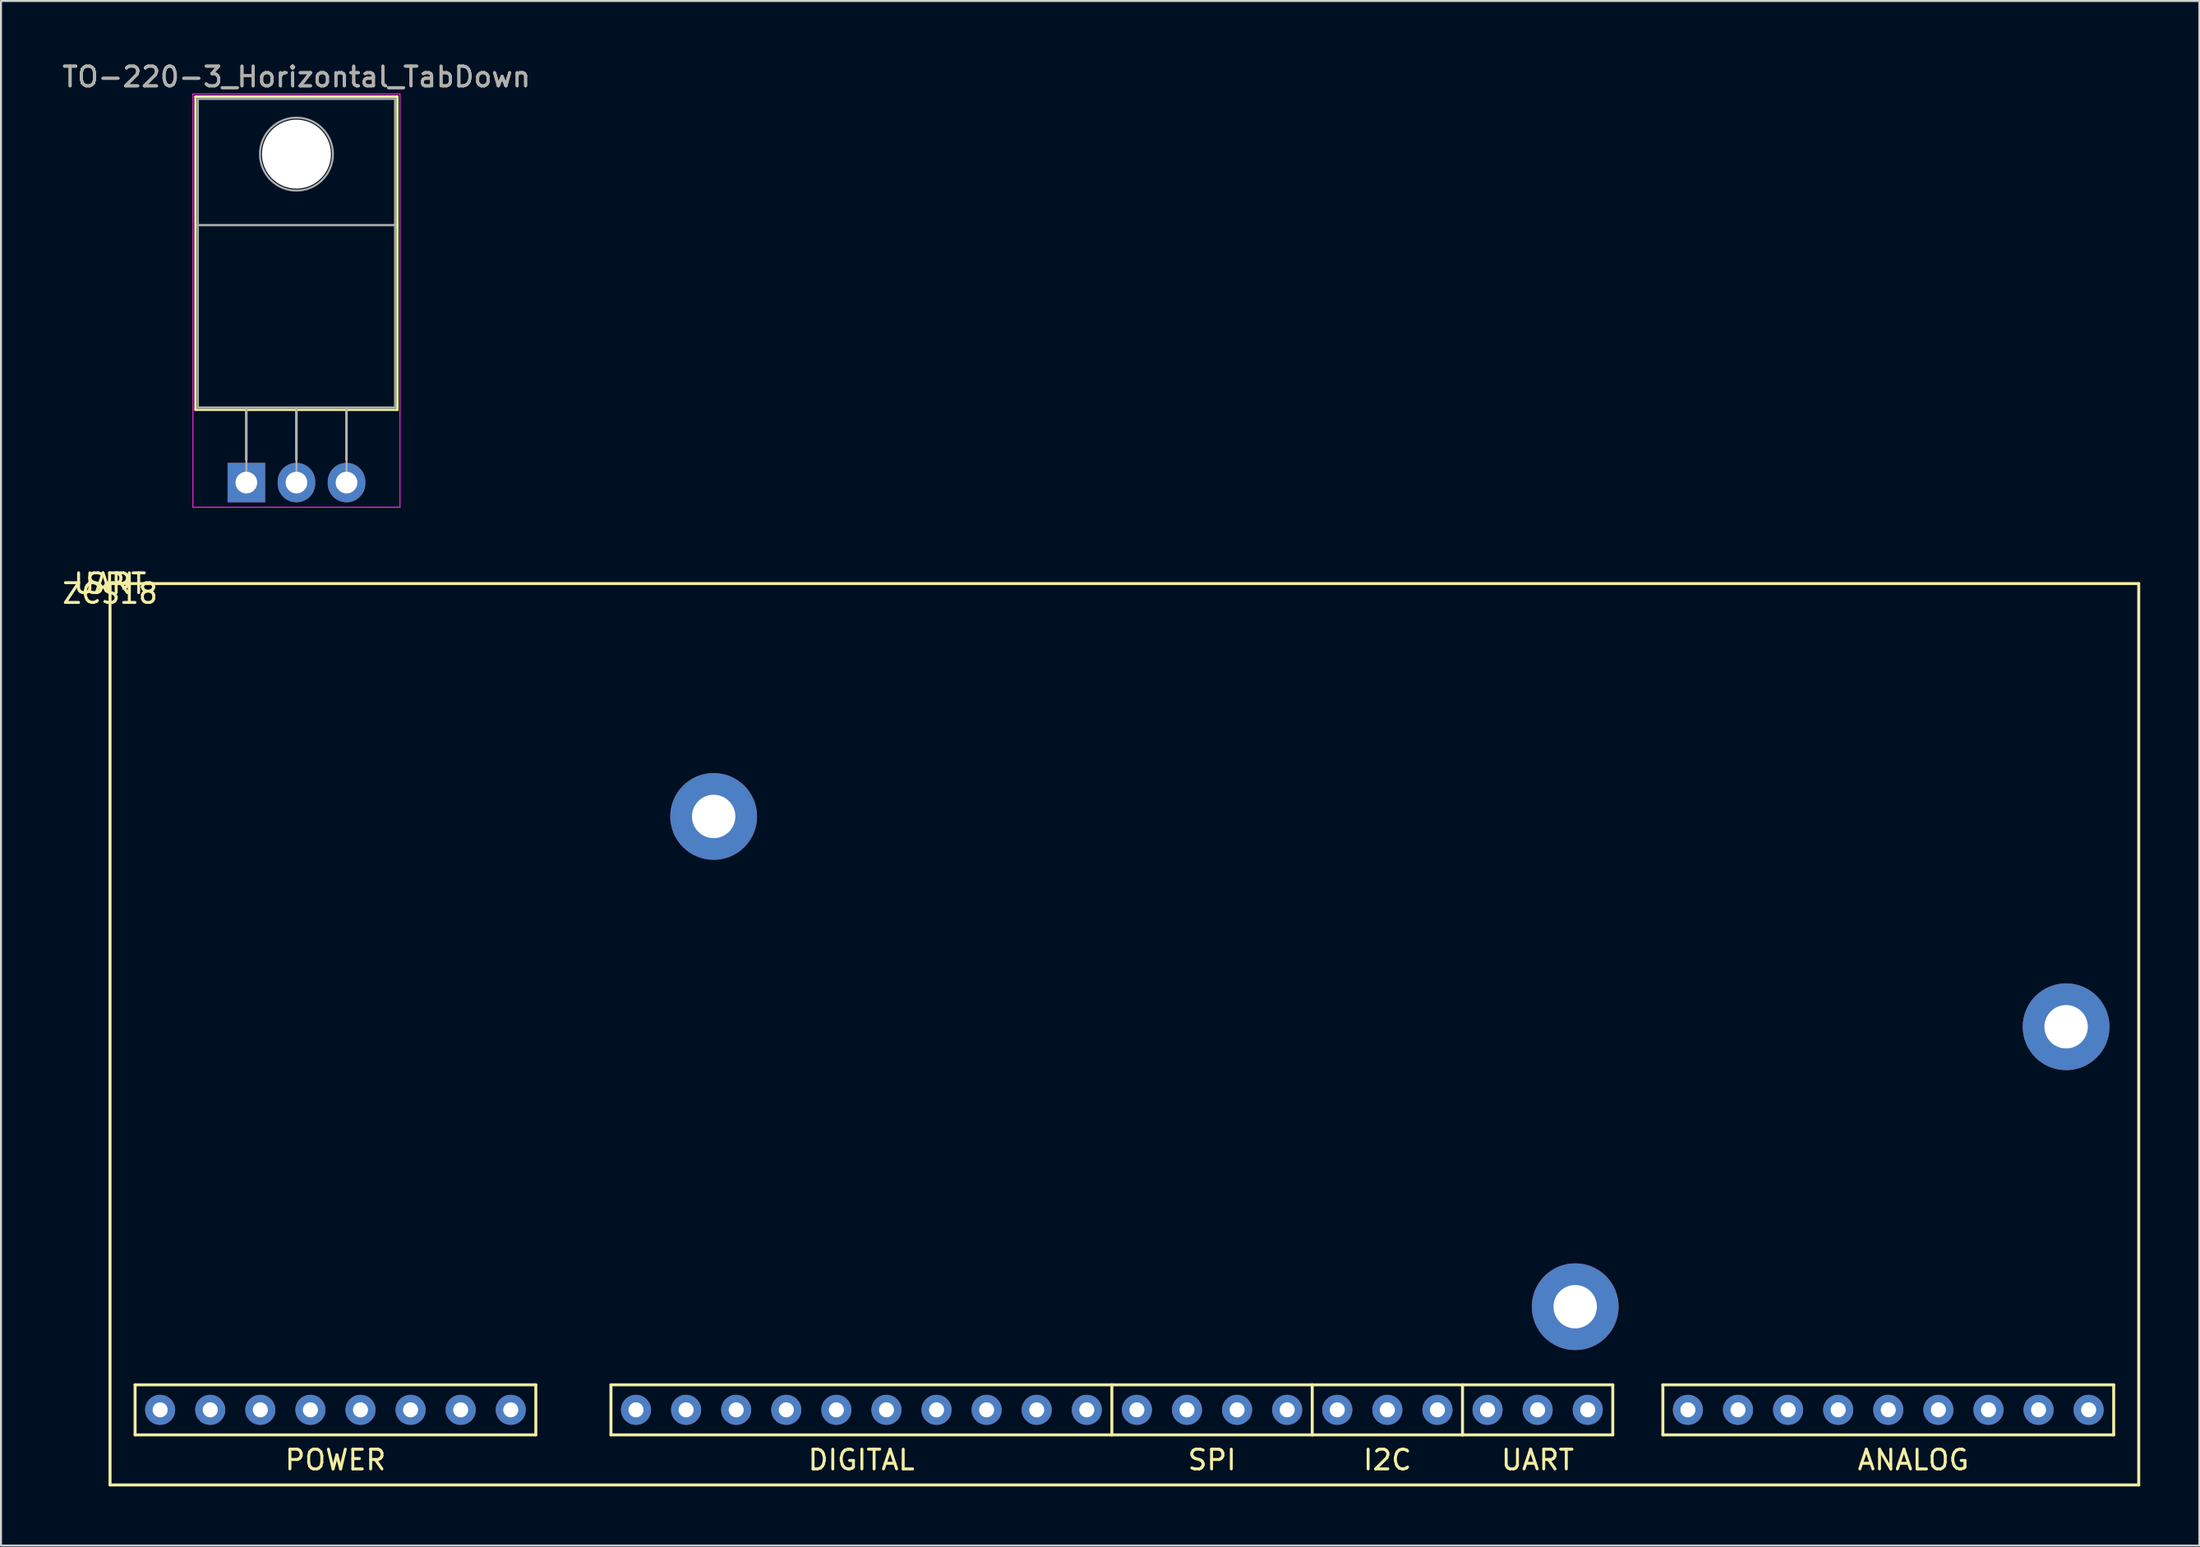
<source format=kicad_pcb>
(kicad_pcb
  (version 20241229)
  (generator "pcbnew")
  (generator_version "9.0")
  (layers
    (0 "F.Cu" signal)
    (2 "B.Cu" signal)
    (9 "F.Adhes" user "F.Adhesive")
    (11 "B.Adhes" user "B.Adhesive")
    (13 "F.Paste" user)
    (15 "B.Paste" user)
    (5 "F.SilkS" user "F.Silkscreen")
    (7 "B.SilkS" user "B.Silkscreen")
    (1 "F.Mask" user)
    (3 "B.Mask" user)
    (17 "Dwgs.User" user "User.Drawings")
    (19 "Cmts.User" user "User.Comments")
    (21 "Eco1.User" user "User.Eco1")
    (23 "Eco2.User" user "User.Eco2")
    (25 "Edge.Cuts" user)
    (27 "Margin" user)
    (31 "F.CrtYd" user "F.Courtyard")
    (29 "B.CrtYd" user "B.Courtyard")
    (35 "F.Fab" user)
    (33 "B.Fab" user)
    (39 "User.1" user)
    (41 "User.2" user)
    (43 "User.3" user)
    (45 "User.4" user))
  (footprint "TO-220-3_Horizontal_TabDown"
    (layer "F.Cu")
    (at 9.442 21.428)
    (property "Reference" "TO-220-3_Horizontal_TabDown" (at 2.54 -20.58 0) (layer "F.SilkS") (effects (font (size 1 1) (thickness 0.15))))
    (attr through_hole)
    (fp_line (start -2.58 -19.58) (end -2.58 -3.69) (stroke (width 0.12) (type solid)) (layer "F.SilkS"))
    (fp_line (start -2.58 -19.58) (end 7.66 -19.58) (stroke (width 0.12) (type solid)) (layer "F.SilkS"))
    (fp_line (start -2.58 -3.69) (end 7.66 -3.69) (stroke (width 0.12) (type solid)) (layer "F.SilkS"))
    (fp_line (start 0 -3.69) (end 0 -1.15) (stroke (width 0.12) (type solid)) (layer "F.SilkS"))
    (fp_line (start 2.54 -3.69) (end 2.54 -1.15) (stroke (width 0.12) (type solid)) (layer "F.SilkS"))
    (fp_line (start 5.08 -3.69) (end 5.08 -1.15) (stroke (width 0.12) (type solid)) (layer "F.SilkS"))
    (fp_line (start 7.66 -19.58) (end 7.66 -3.69) (stroke (width 0.12) (type solid)) (layer "F.SilkS"))
    (fp_line (start -2.71 -19.71) (end -2.71 1.25) (stroke (width 0.05) (type solid)) (layer "F.CrtYd"))
    (fp_line (start -2.71 1.25) (end 7.79 1.25) (stroke (width 0.05) (type solid)) (layer "F.CrtYd"))
    (fp_line (start 7.79 -19.71) (end -2.71 -19.71) (stroke (width 0.05) (type solid)) (layer "F.CrtYd"))
    (fp_line (start 7.79 1.25) (end 7.79 -19.71) (stroke (width 0.05) (type solid)) (layer "F.CrtYd"))
    (fp_line (start -2.46 -19.46) (end 7.54 -19.46) (stroke (width 0.1) (type solid)) (layer "F.Fab"))
    (fp_line (start -2.46 -13.06) (end -2.46 -19.46) (stroke (width 0.1) (type solid)) (layer "F.Fab"))
    (fp_line (start -2.46 -13.06) (end 7.54 -13.06) (stroke (width 0.1) (type solid)) (layer "F.Fab"))
    (fp_line (start -2.46 -3.81) (end -2.46 -13.06) (stroke (width 0.1) (type solid)) (layer "F.Fab"))
    (fp_line (start 0 -3.81) (end 0 0) (stroke (width 0.1) (type solid)) (layer "F.Fab"))
    (fp_line (start 2.54 -3.81) (end 2.54 0) (stroke (width 0.1) (type solid)) (layer "F.Fab"))
    (fp_line (start 5.08 -3.81) (end 5.08 0) (stroke (width 0.1) (type solid)) (layer "F.Fab"))
    (fp_line (start 7.54 -19.46) (end 7.54 -13.06) (stroke (width 0.1) (type solid)) (layer "F.Fab"))
    (fp_line (start 7.54 -13.06) (end -2.46 -13.06) (stroke (width 0.1) (type solid)) (layer "F.Fab"))
    (fp_line (start 7.54 -13.06) (end 7.54 -3.81) (stroke (width 0.1) (type solid)) (layer "F.Fab"))
    (fp_line (start 7.54 -3.81) (end -2.46 -3.81) (stroke (width 0.1) (type solid)) (layer "F.Fab"))
    (fp_circle (center 2.54 -16.66) (end 4.39 -16.66) (stroke (width 0.1) (type solid)) (fill no) (layer "F.Fab"))
    (fp_text user "${REFERENCE}" (at 2.54 -20.58 0) (layer "F.Fab") (effects (font (size 1 1) (thickness 0.15))))
    (pad "" np_thru_hole oval (at 2.54 -16.66) (size 3.5 3.5) (drill 3.5) (layers "*.Cu" "*.Mask"))
    (pad "1" thru_hole rect (at 0 0) (size 1.905 2) (drill 1.1) (layers "*.Cu" "*.Mask"))
    (pad "2" thru_hole oval (at 2.54 0) (size 1.905 2) (drill 1.1) (layers "*.Cu" "*.Mask"))
    (pad "3" thru_hole oval (at 5.08 0) (size 1.905 2) (drill 1.1) (layers "*.Cu" "*.Mask")))
  (footprint "ZCS18"
    (layer "F.Cu")
    (at 2.53 26.552)
    (property "Reference" "ZCS18" (at 0 0.5 0) (layer "F.SilkS") (effects (font (size 1 1) (thickness 0.15))))
    (attr through_hole)
    (fp_line (start 0 0) (end 0 45.72) (stroke (width 0.15) (type solid)) (layer "F.SilkS"))
    (fp_line (start 0 0) (end 102.87 0) (stroke (width 0.15) (type solid)) (layer "F.SilkS"))
    (fp_line (start 0 45.72) (end 102.87 45.72) (stroke (width 0.15) (type solid)) (layer "F.SilkS"))
    (fp_line (start 1.27 40.64) (end 1.27 43.18) (stroke (width 0.15) (type solid)) (layer "F.SilkS"))
    (fp_line (start 1.27 43.18) (end 21.59 43.18) (stroke (width 0.15) (type solid)) (layer "F.SilkS"))
    (fp_line (start 21.59 40.64) (end 1.27 40.64) (stroke (width 0.15) (type solid)) (layer "F.SilkS"))
    (fp_line (start 21.59 43.18) (end 21.59 40.64) (stroke (width 0.15) (type solid)) (layer "F.SilkS"))
    (fp_line (start 25.4 40.64) (end 25.4 43.18) (stroke (width 0.15) (type solid)) (layer "F.SilkS"))
    (fp_line (start 25.4 43.18) (end 50.8 43.18) (stroke (width 0.15) (type solid)) (layer "F.SilkS"))
    (fp_line (start 50.8 40.64) (end 25.4 40.64) (stroke (width 0.15) (type solid)) (layer "F.SilkS"))
    (fp_line (start 50.8 43.18) (end 50.8 40.64) (stroke (width 0.15) (type solid)) (layer "F.SilkS"))
    (fp_line (start 50.8 43.18) (end 60.96 43.18) (stroke (width 0.15) (type solid)) (layer "F.SilkS"))
    (fp_line (start 60.96 40.64) (end 50.8 40.64) (stroke (width 0.15) (type solid)) (layer "F.SilkS"))
    (fp_line (start 60.96 43.18) (end 60.96 40.64) (stroke (width 0.15) (type solid)) (layer "F.SilkS"))
    (fp_line (start 60.96 43.18) (end 68.58 43.18) (stroke (width 0.15) (type solid)) (layer "F.SilkS"))
    (fp_line (start 68.58 40.64) (end 60.96 40.64) (stroke (width 0.15) (type solid)) (layer "F.SilkS"))
    (fp_line (start 68.58 43.18) (end 68.58 40.64) (stroke (width 0.15) (type solid)) (layer "F.SilkS"))
    (fp_line (start 68.58 43.18) (end 76.2 43.18) (stroke (width 0.15) (type solid)) (layer "F.SilkS"))
    (fp_line (start 76.2 40.64) (end 68.58 40.64) (stroke (width 0.15) (type solid)) (layer "F.SilkS"))
    (fp_line (start 76.2 43.18) (end 76.2 40.64) (stroke (width 0.15) (type solid)) (layer "F.SilkS"))
    (fp_line (start 78.74 40.64) (end 78.74 43.18) (stroke (width 0.15) (type solid)) (layer "F.SilkS"))
    (fp_line (start 78.74 43.18) (end 101.6 43.18) (stroke (width 0.15) (type solid)) (layer "F.SilkS"))
    (fp_line (start 101.6 40.64) (end 78.74 40.64) (stroke (width 0.15) (type solid)) (layer "F.SilkS"))
    (fp_line (start 101.6 43.18) (end 101.6 40.64) (stroke (width 0.15) (type solid)) (layer "F.SilkS"))
    (fp_line (start 102.87 0) (end 102.87 45.72) (stroke (width 0.15) (type solid)) (layer "F.SilkS"))
    (fp_text user "I2C" (at 64.77 44.45 0) (layer "F.SilkS") (effects (font (size 1 1) (thickness 0.15))))
    (fp_text user "UART" (at 72.39 44.45 0) (layer "F.SilkS") (effects (font (size 1 1) (thickness 0.15))))
    (fp_text user "ANALOG" (at 91.44 44.45 0) (layer "F.SilkS") (effects (font (size 1 1) (thickness 0.15))))
    (fp_text user "DIGITAL" (at 38.1 44.45 0) (layer "F.SilkS") (effects (font (size 1 1) (thickness 0.15))))
    (fp_text user "UART" (at 0 0 0) (layer "F.SilkS") (effects (font (size 1 1) (thickness 0.15))))
    (fp_text user "POWER" (at 11.43 44.45 0) (layer "F.SilkS") (effects (font (size 1 1) (thickness 0.15))))
    (fp_text user "SPI" (at 0 0 0) (layer "F.SilkS") (effects (font (size 1 1) (thickness 0.15))))
    (fp_text user "SPI" (at 55.88 44.45 0) (layer "F.SilkS") (effects (font (size 1 1) (thickness 0.15))))
    (pad "1" thru_hole circle (at 2.54 41.91) (size 1.524 1.524) (drill 0.762) (layers "*.Cu" "*.Mask"))
    (pad "2" thru_hole circle (at 5.08 41.91) (size 1.524 1.524) (drill 0.762) (layers "*.Cu" "*.Mask"))
    (pad "3" thru_hole circle (at 7.62 41.91) (size 1.524 1.524) (drill 0.762) (layers "*.Cu" "*.Mask"))
    (pad "4" thru_hole circle (at 10.16 41.91) (size 1.524 1.524) (drill 0.762) (layers "*.Cu" "*.Mask"))
    (pad "5" thru_hole circle (at 12.7 41.91) (size 1.524 1.524) (drill 0.762) (layers "*.Cu" "*.Mask"))
    (pad "6" thru_hole circle (at 15.24 41.91) (size 1.524 1.524) (drill 0.762) (layers "*.Cu" "*.Mask"))
    (pad "7" thru_hole circle (at 17.78 41.91) (size 1.524 1.524) (drill 0.762) (layers "*.Cu" "*.Mask"))
    (pad "8" thru_hole circle (at 20.32 41.91) (size 1.524 1.524) (drill 0.762) (layers "*.Cu" "*.Mask"))
    (pad "9" thru_hole circle (at 26.67 41.91) (size 1.524 1.524) (drill 0.762) (layers "*.Cu" "*.Mask"))
    (pad "10" thru_hole circle (at 29.21 41.91) (size 1.524 1.524) (drill 0.762) (layers "*.Cu" "*.Mask"))
    (pad "11" thru_hole circle (at 31.75 41.91) (size 1.524 1.524) (drill 0.762) (layers "*.Cu" "*.Mask"))
    (pad "12" thru_hole circle (at 34.29 41.91) (size 1.524 1.524) (drill 0.762) (layers "*.Cu" "*.Mask"))
    (pad "13" thru_hole circle (at 36.83 41.91) (size 1.524 1.524) (drill 0.762) (layers "*.Cu" "*.Mask"))
    (pad "14" thru_hole circle (at 39.37 41.91) (size 1.524 1.524) (drill 0.762) (layers "*.Cu" "*.Mask"))
    (pad "15" thru_hole circle (at 41.91 41.91) (size 1.524 1.524) (drill 0.762) (layers "*.Cu" "*.Mask"))
    (pad "16" thru_hole circle (at 44.45 41.91) (size 1.524 1.524) (drill 0.762) (layers "*.Cu" "*.Mask"))
    (pad "17" thru_hole circle (at 46.99 41.91) (size 1.524 1.524) (drill 0.762) (layers "*.Cu" "*.Mask"))
    (pad "18" thru_hole circle (at 49.53 41.91) (size 1.524 1.524) (drill 0.762) (layers "*.Cu" "*.Mask"))
    (pad "19" thru_hole circle (at 52.07 41.91) (size 1.524 1.524) (drill 0.762) (layers "*.Cu" "*.Mask"))
    (pad "20" thru_hole circle (at 54.61 41.91) (size 1.524 1.524) (drill 0.762) (layers "*.Cu" "*.Mask"))
    (pad "21" thru_hole circle (at 57.15 41.91) (size 1.524 1.524) (drill 0.762) (layers "*.Cu" "*.Mask"))
    (pad "22" thru_hole circle (at 59.69 41.91) (size 1.524 1.524) (drill 0.762) (layers "*.Cu" "*.Mask"))
    (pad "23" thru_hole circle (at 62.23 41.91) (size 1.524 1.524) (drill 0.762) (layers "*.Cu" "*.Mask"))
    (pad "24" thru_hole circle (at 64.77 41.91) (size 1.524 1.524) (drill 0.762) (layers "*.Cu" "*.Mask"))
    (pad "25" thru_hole circle (at 67.31 41.91) (size 1.524 1.524) (drill 0.762) (layers "*.Cu" "*.Mask"))
    (pad "26" thru_hole circle (at 69.85 41.91) (size 1.524 1.524) (drill 0.762) (layers "*.Cu" "*.Mask"))
    (pad "27" thru_hole circle (at 72.39 41.91) (size 1.524 1.524) (drill 0.762) (layers "*.Cu" "*.Mask"))
    (pad "28" thru_hole circle (at 74.93 41.91) (size 1.524 1.524) (drill 0.762) (layers "*.Cu" "*.Mask"))
    (pad "29" thru_hole circle (at 80.01 41.91) (size 1.524 1.524) (drill 0.762) (layers "*.Cu" "*.Mask"))
    (pad "30" thru_hole circle (at 82.55 41.91) (size 1.524 1.524) (drill 0.762) (layers "*.Cu" "*.Mask"))
    (pad "31" thru_hole circle (at 85.09 41.91) (size 1.524 1.524) (drill 0.762) (layers "*.Cu" "*.Mask"))
    (pad "32" thru_hole circle (at 87.63 41.91) (size 1.524 1.524) (drill 0.762) (layers "*.Cu" "*.Mask"))
    (pad "33" thru_hole circle (at 90.17 41.91) (size 1.524 1.524) (drill 0.762) (layers "*.Cu" "*.Mask"))
    (pad "34" thru_hole circle (at 92.71 41.91) (size 1.524 1.524) (drill 0.762) (layers "*.Cu" "*.Mask"))
    (pad "35" thru_hole circle (at 95.25 41.91) (size 1.524 1.524) (drill 0.762) (layers "*.Cu" "*.Mask"))
    (pad "36" thru_hole circle (at 97.79 41.91) (size 1.524 1.524) (drill 0.762) (layers "*.Cu" "*.Mask"))
    (pad "37" thru_hole circle (at 100.33 41.91) (size 1.524 1.524) (drill 0.762) (layers "*.Cu" "*.Mask"))
    (pad "38" thru_hole circle (at 74.295 36.679) (size 4.4 4.4) (drill 2.2) (layers "*.Cu" "*.Mask"))
    (pad "39" thru_hole circle (at 99.187 22.479) (size 4.4 4.4) (drill 2.2) (layers "*.Cu" "*.Mask"))
    (pad "40" thru_hole circle (at 30.608 11.811) (size 4.4 4.4) (drill 2.2) (layers "*.Cu" "*.Mask")))
  (gr_rect
    (start -3 -3)
    (end 108.475 75.347)
    (stroke (width 0.1) (type default))
    (fill no)
    (layer "Edge.Cuts")))
</source>
